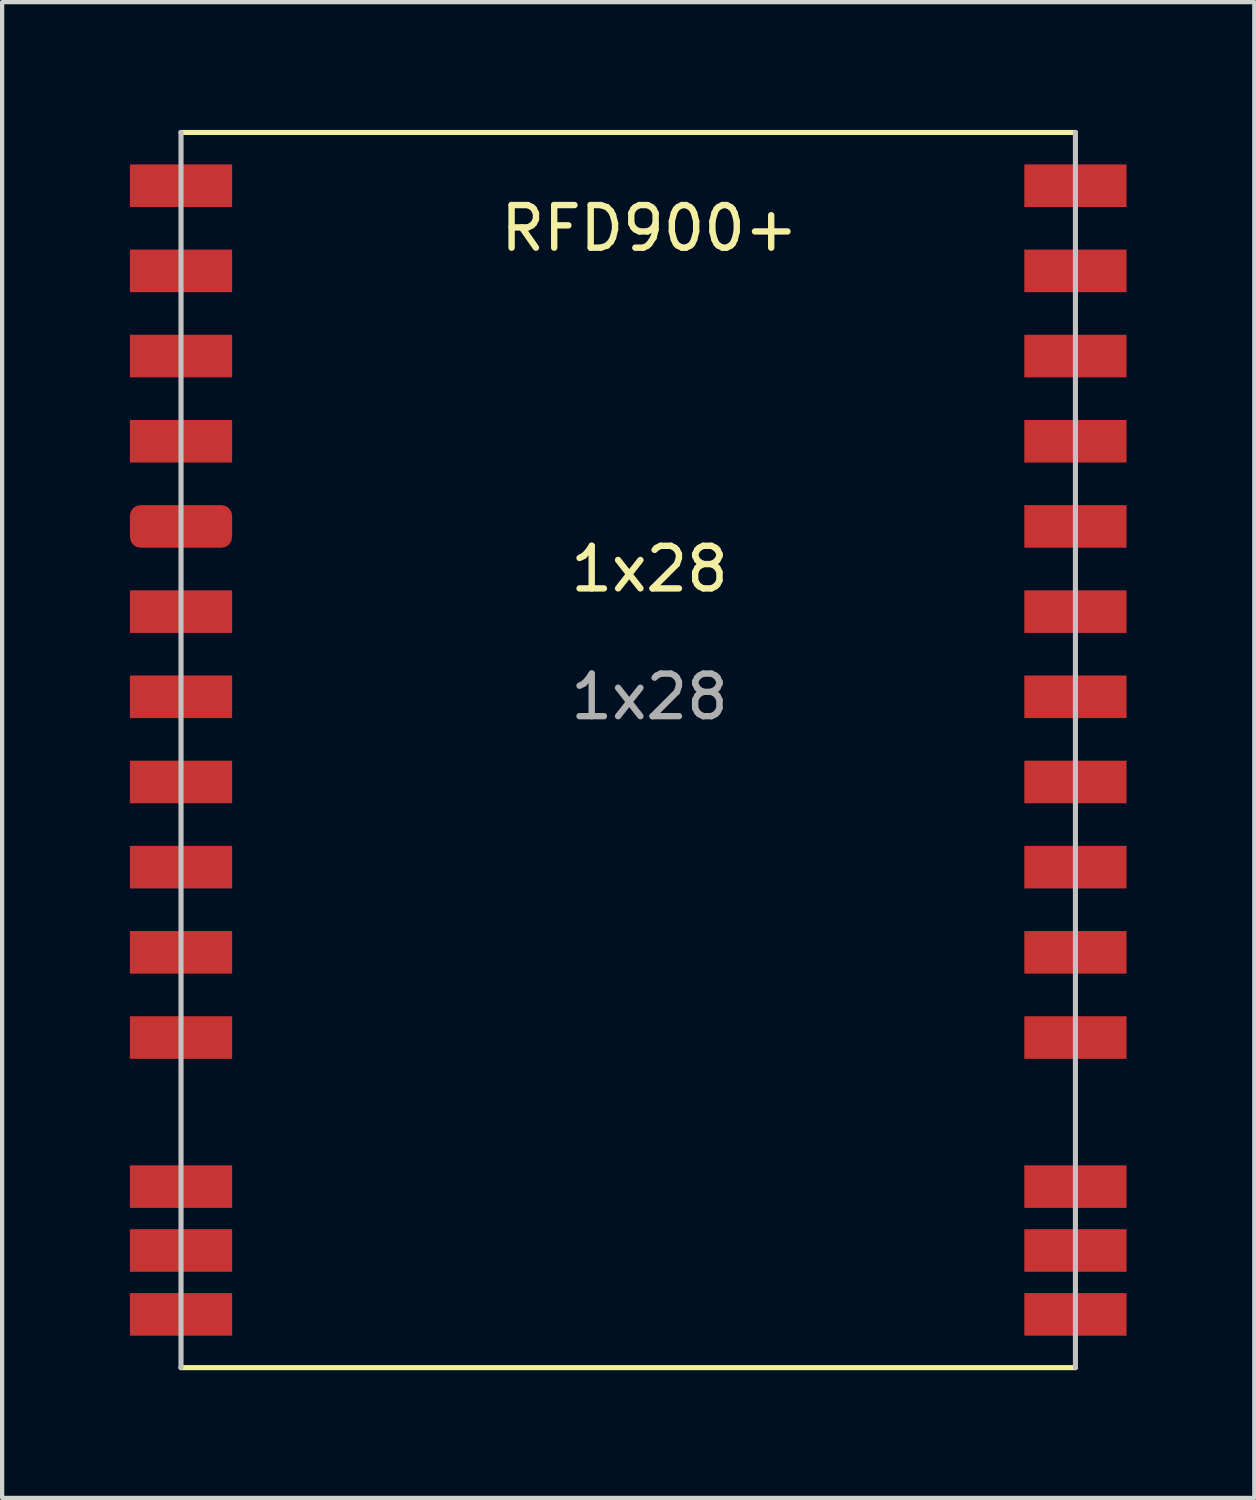
<source format=kicad_pcb>
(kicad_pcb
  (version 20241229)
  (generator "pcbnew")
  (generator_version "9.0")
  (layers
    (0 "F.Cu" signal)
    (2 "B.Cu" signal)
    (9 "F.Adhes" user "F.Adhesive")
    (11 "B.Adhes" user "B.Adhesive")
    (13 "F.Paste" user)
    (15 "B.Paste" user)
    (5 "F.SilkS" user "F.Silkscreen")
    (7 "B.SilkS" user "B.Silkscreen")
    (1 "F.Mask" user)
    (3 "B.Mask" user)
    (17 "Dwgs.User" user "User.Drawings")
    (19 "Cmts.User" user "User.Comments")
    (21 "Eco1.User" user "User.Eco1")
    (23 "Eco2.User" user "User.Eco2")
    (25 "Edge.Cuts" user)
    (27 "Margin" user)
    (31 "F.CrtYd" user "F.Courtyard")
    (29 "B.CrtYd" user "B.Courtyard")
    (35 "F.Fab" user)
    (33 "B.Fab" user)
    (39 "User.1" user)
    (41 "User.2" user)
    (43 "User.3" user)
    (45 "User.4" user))
  (footprint "1x28"
    (layer "F.Cu")
    (at 7.2 11.31)
    (property "Reference" "1x28" (at 5 -1 0) (unlocked yes) (layer "F.SilkS") (effects (font (size 1 1) (thickness 0.15))))
    (attr smd)
    (fp_line (start -6 -11.25) (end 15 -11.25) (stroke (width 0.12) (type solid)) (layer "F.SilkS"))
    (fp_line (start 15 17.75) (end -6 17.75) (stroke (width 0.12) (type solid)) (layer "F.SilkS"))
    (fp_line (start -6 17.75) (end -6 -11.25) (stroke (width 0.12) (type solid)) (layer "Dwgs.User"))
    (fp_line (start 15 -11.25) (end 15 17.75) (stroke (width 0.12) (type solid)) (layer "Dwgs.User"))
    (fp_text user "RFD900+" (at 5 -9 0) (unlocked yes) (layer "F.SilkS") (effects (font (size 1 1) (thickness 0.15))))
    (fp_text user "${REFERENCE}" (at 5 2 0) (unlocked yes) (layer "F.Fab") (effects (font (size 1 1) (thickness 0.15))))
    (pad "1" smd rect (at -6 -10) (size 2.4 1) (layers "F.Cu" "F.Mask" "F.Paste"))
    (pad "2" smd rect (at -6 -8) (size 2.4 1) (layers "F.Cu" "F.Mask" "F.Paste"))
    (pad "3" smd rect (at -6 -6) (size 2.4 1) (layers "F.Cu" "F.Mask" "F.Paste"))
    (pad "4" smd rect (at -6 -4) (size 2.4 1) (layers "F.Cu" "F.Mask" "F.Paste"))
    (pad "5" smd roundrect (at -6 -2) (size 2.4 1) (layers "F.Cu" "F.Mask" "F.Paste") (roundrect_rratio 0.25))
    (pad "6" smd rect (at -6 0) (size 2.4 1) (layers "F.Cu" "F.Mask" "F.Paste"))
    (pad "7" smd rect (at -6 2) (size 2.4 1) (layers "F.Cu" "F.Mask" "F.Paste"))
    (pad "8" smd rect (at -6 4) (size 2.4 1) (layers "F.Cu" "F.Mask" "F.Paste"))
    (pad "9" smd rect (at -6 6) (size 2.4 1) (layers "F.Cu" "F.Mask" "F.Paste"))
    (pad "10" smd rect (at -6 8) (size 2.4 1) (layers "F.Cu" "F.Mask" "F.Paste"))
    (pad "11" smd rect (at -6 10) (size 2.4 1) (layers "F.Cu" "F.Mask" "F.Paste"))
    (pad "12" smd rect (at -6 13.5) (size 2.4 1) (layers "F.Cu" "F.Mask" "F.Paste"))
    (pad "13" smd rect (at -6 15) (size 2.4 1) (layers "F.Cu" "F.Mask" "F.Paste"))
    (pad "14" smd rect (at -6 16.5) (size 2.4 1) (layers "F.Cu" "F.Mask" "F.Paste"))
    (pad "15" smd rect (at 15 16.5) (size 2.4 1) (layers "F.Cu" "F.Mask" "F.Paste"))
    (pad "16" smd rect (at 15 15) (size 2.4 1) (layers "F.Cu" "F.Mask" "F.Paste"))
    (pad "17" smd rect (at 15 13.5) (size 2.4 1) (layers "F.Cu" "F.Mask" "F.Paste"))
    (pad "18" smd rect (at 15 10) (size 2.4 1) (layers "F.Cu" "F.Mask" "F.Paste"))
    (pad "19" smd rect (at 15 8) (size 2.4 1) (layers "F.Cu" "F.Mask" "F.Paste"))
    (pad "20" smd rect (at 15 6) (size 2.4 1) (layers "F.Cu" "F.Mask" "F.Paste"))
    (pad "21" smd rect (at 15 4) (size 2.4 1) (layers "F.Cu" "F.Mask" "F.Paste"))
    (pad "22" smd rect (at 15 2) (size 2.4 1) (layers "F.Cu" "F.Mask" "F.Paste"))
    (pad "23" smd rect (at 15 0) (size 2.4 1) (layers "F.Cu" "F.Mask" "F.Paste"))
    (pad "24" smd rect (at 15 -2) (size 2.4 1) (layers "F.Cu" "F.Mask" "F.Paste"))
    (pad "25" smd rect (at 15 -4) (size 2.4 1) (layers "F.Cu" "F.Mask" "F.Paste"))
    (pad "26" smd rect (at 15 -6) (size 2.4 1) (layers "F.Cu" "F.Mask" "F.Paste"))
    (pad "27" smd rect (at 15 -8) (size 2.4 1) (layers "F.Cu" "F.Mask" "F.Paste"))
    (pad "28" smd rect (at 15 -10) (size 2.4 1) (layers "F.Cu" "F.Mask" "F.Paste")))
  (gr_rect
    (start -3 -3)
    (end 26.4 32.12)
    (stroke (width 0.1) (type default))
    (fill no)
    (layer "Edge.Cuts")))
</source>
